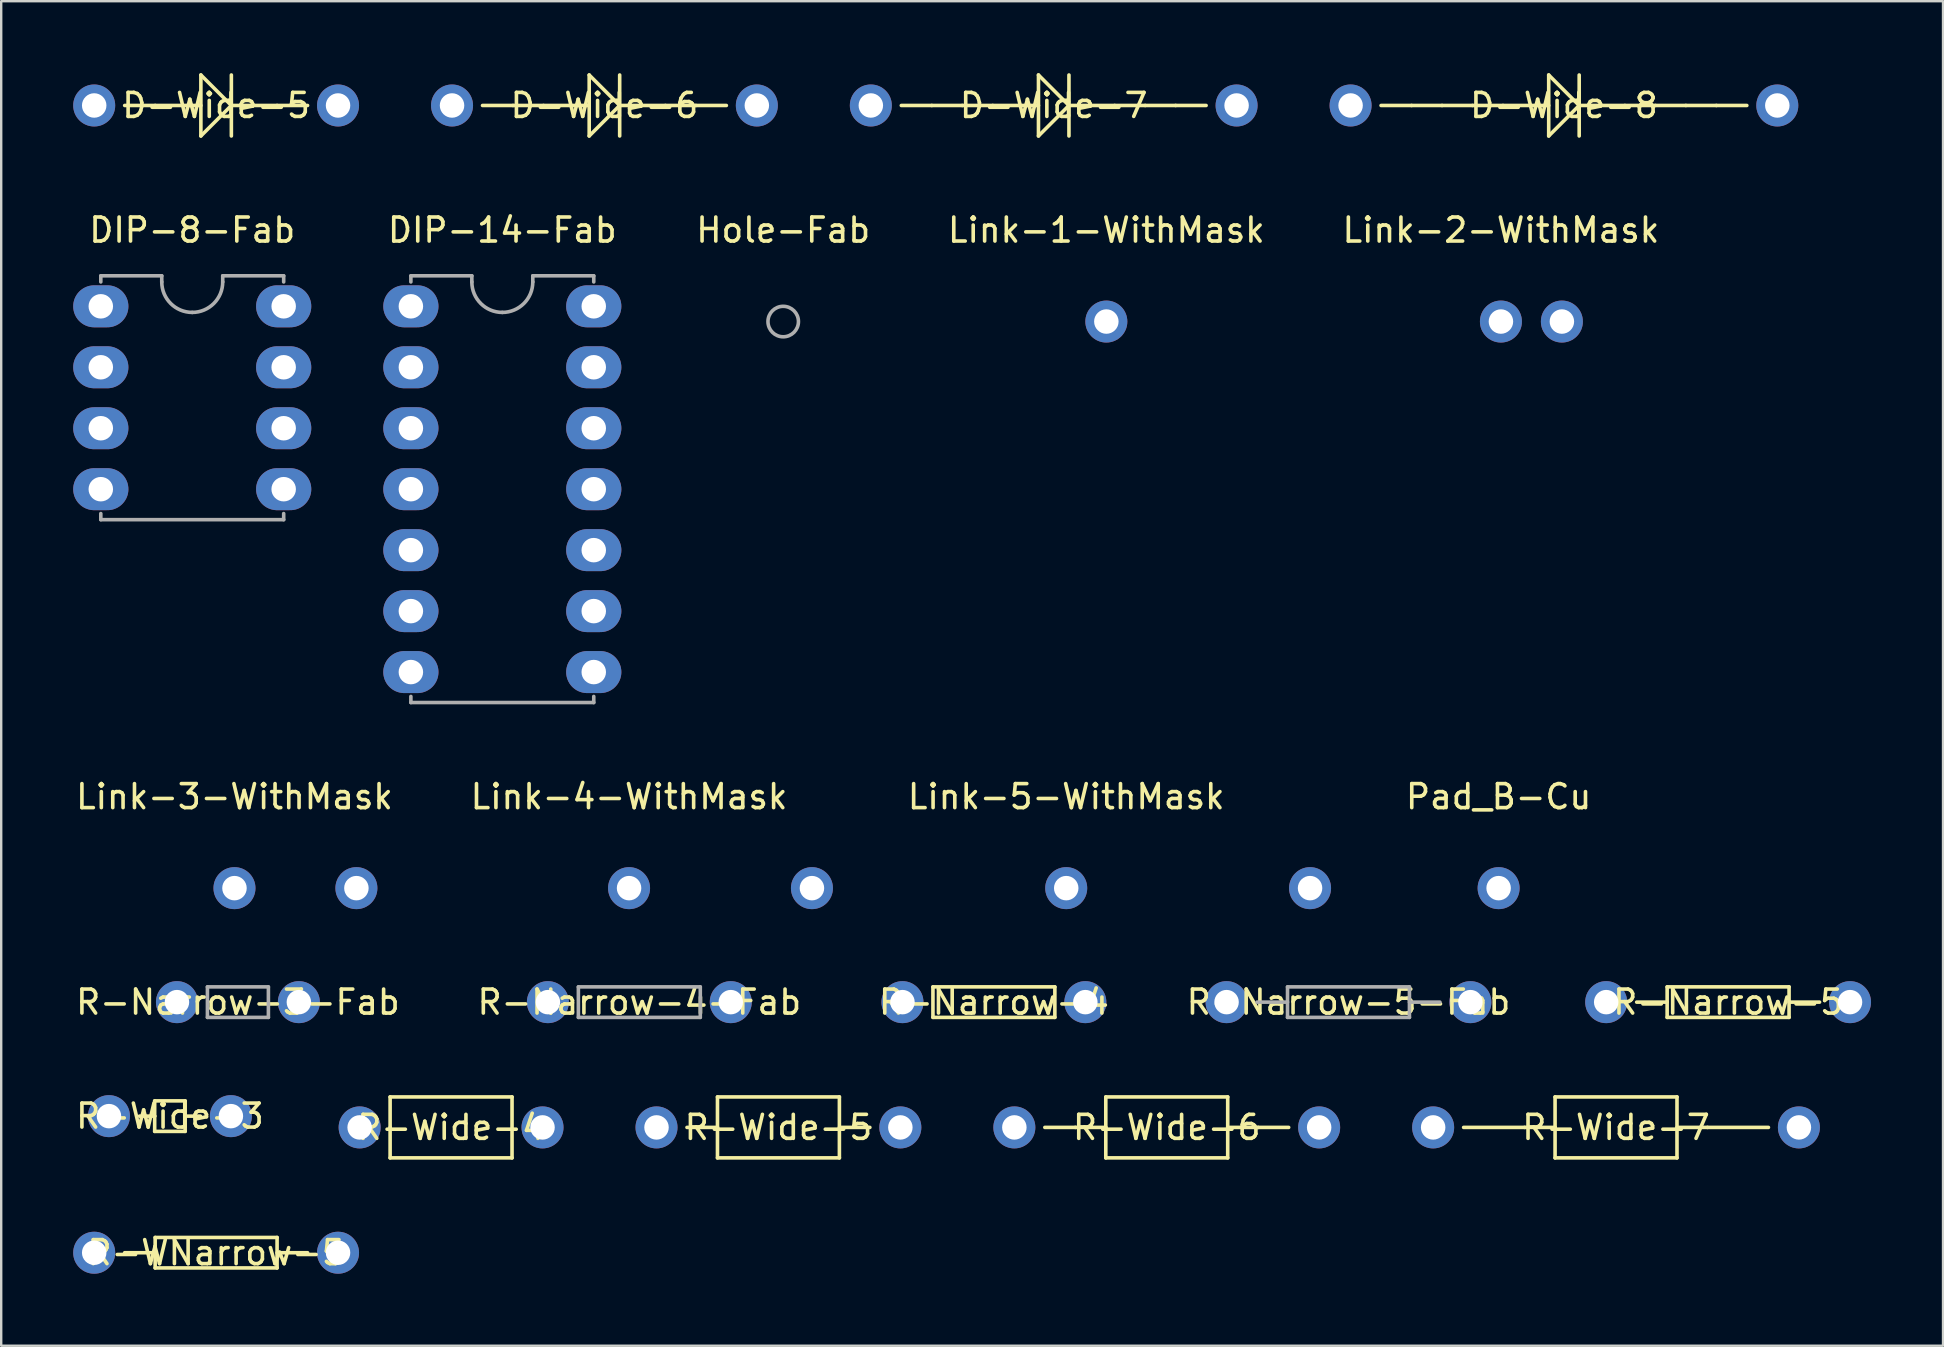
<source format=kicad_pcb>
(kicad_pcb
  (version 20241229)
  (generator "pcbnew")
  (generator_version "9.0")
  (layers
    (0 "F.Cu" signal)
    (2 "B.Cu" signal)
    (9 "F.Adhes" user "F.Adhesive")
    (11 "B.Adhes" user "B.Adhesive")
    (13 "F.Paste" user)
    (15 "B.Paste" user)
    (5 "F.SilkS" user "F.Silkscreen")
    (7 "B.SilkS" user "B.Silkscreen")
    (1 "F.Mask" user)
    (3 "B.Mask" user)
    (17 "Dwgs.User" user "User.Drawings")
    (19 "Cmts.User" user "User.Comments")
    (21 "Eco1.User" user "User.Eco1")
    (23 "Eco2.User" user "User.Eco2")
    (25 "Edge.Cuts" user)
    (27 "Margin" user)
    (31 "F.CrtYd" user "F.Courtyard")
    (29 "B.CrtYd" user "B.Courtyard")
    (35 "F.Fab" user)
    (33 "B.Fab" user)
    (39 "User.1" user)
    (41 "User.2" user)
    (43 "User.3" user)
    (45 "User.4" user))
  (footprint "R-Narrow-5"
    (layer "F.Cu")
    (at 63.875 38.706)
    (property "Reference" "R-Narrow-5" (at 5.08 0 0) (layer "F.SilkS") (effects (font (size 1 1) (thickness 0.15))))
    (attr through_hole)
    (fp_line (start 2.54 -0.635) (end 2.54 0.635) (stroke (width 0.15) (type solid)) (layer "F.SilkS"))
    (fp_line (start 2.54 -0.635) (end 7.62 -0.635) (stroke (width 0.15) (type solid)) (layer "F.SilkS"))
    (fp_line (start 2.54 0) (end 1.27 0) (stroke (width 0.15) (type solid)) (layer "F.SilkS"))
    (fp_line (start 7.62 -0.635) (end 7.62 0.635) (stroke (width 0.15) (type solid)) (layer "F.SilkS"))
    (fp_line (start 7.62 0) (end 8.89 0) (stroke (width 0.15) (type solid)) (layer "F.SilkS"))
    (fp_line (start 7.62 0.635) (end 2.54 0.635) (stroke (width 0.15) (type solid)) (layer "F.SilkS"))
    (pad "1" thru_hole circle (at 0 0) (size 1.75 1.75) (drill 1.02) (layers "B.Cu" "B.Mask"))
    (pad "1" thru_hole circle (at 10.16 0) (size 1.75 1.75) (drill 1.02) (layers "B.Cu" "B.Mask")))
  (footprint "Hole-Fab"
    (layer "F.Cu")
    (at 29.584 10.348)
    (property "Reference" "Hole-Fab" (at 0 -3.81 0) (layer "F.SilkS") (effects (font (size 1 1) (thickness 0.15))))
    (attr through_hole)
    (fp_circle (center 0 0) (end 0.635 0) (stroke (width 0.15) (type solid)) (fill no) (layer "F.Fab")))
  (footprint "R-Narrow-5-Fab"
    (layer "F.Cu")
    (at 48.057 38.706)
    (property "Reference" "R-Narrow-5-Fab" (at 5.08 0 0) (layer "F.SilkS") (effects (font (size 1 1) (thickness 0.15))))
    (attr through_hole)
    (fp_line (start 2.54 -0.635) (end 2.54 0.635) (stroke (width 0.15) (type solid)) (layer "F.Fab"))
    (fp_line (start 2.54 -0.635) (end 7.62 -0.635) (stroke (width 0.15) (type solid)) (layer "F.Fab"))
    (fp_line (start 2.54 0) (end 1.27 0) (stroke (width 0.15) (type solid)) (layer "F.Fab"))
    (fp_line (start 7.62 -0.635) (end 7.62 0.635) (stroke (width 0.15) (type solid)) (layer "F.Fab"))
    (fp_line (start 7.62 0) (end 8.89 0) (stroke (width 0.15) (type solid)) (layer "F.Fab"))
    (fp_line (start 7.62 0.635) (end 2.54 0.635) (stroke (width 0.15) (type solid)) (layer "F.Fab"))
    (pad "1" thru_hole circle (at 0 0) (size 1.75 1.75) (drill 1.02) (layers "B.Cu" "B.Mask"))
    (pad "1" thru_hole circle (at 10.16 0) (size 1.75 1.75) (drill 1.02) (layers "B.Cu" "B.Mask")))
  (footprint "Link-1-WithMask"
    (layer "F.Cu")
    (at 43.048 10.348)
    (property "Reference" "Link-1-WithMask" (at 0 -3.81 0) (layer "F.SilkS") (effects (font (size 1 1) (thickness 0.15))))
    (attr through_hole)
    (pad "1" thru_hole circle (at 0 0) (size 1.75 1.75) (drill 1.02) (layers "*.Cu")))
  (footprint "Pad_B-Cu"
    (layer "F.Cu")
    (at 59.393 33.956)
    (property "Reference" "Pad_B-Cu" (at 0 -3.81 0) (layer "F.SilkS") (effects (font (size 1 1) (thickness 0.15))))
    (attr through_hole)
    (pad "1" thru_hole circle (at 0 0) (size 1.75 1.75) (drill 1.02) (layers "B.Cu" "B.Mask")))
  (footprint "R-Wide-4"
    (layer "F.Cu")
    (at 11.935 43.926)
    (property "Reference" "R-Wide-4" (at 3.81 0 0) (layer "F.SilkS") (effects (font (size 1 1) (thickness 0.15))))
    (attr through_hole)
    (fp_line (start 1.27 -1.27) (end 6.35 -1.27) (stroke (width 0.15) (type solid)) (layer "F.SilkS"))
    (fp_line (start 1.27 0) (end 1.27 -1.27) (stroke (width 0.15) (type solid)) (layer "F.SilkS"))
    (fp_line (start 1.27 1.27) (end 1.27 0) (stroke (width 0.15) (type solid)) (layer "F.SilkS"))
    (fp_line (start 6.35 -1.27) (end 6.35 1.27) (stroke (width 0.15) (type solid)) (layer "F.SilkS"))
    (fp_line (start 6.35 1.27) (end 1.27 1.27) (stroke (width 0.15) (type solid)) (layer "F.SilkS"))
    (pad "1" thru_hole circle (at 0 0) (size 1.75 1.75) (drill 1.02) (layers "B.Cu" "B.Mask"))
    (pad "1" thru_hole circle (at 7.62 0) (size 1.75 1.75) (drill 1.02) (layers "B.Cu" "B.Mask")))
  (footprint "DIP-14-Fab"
    (layer "F.Cu")
    (at 14.07 9.713)
    (property "Reference" "DIP-14-Fab" (at 3.81 -3.175 0) (layer "F.SilkS") (effects (font (size 1 1) (thickness 0.15))))
    (attr through_hole)
    (fp_line (start 0 -1.27) (end 0 -1.016) (stroke (width 0.15) (type solid)) (layer "F.Fab"))
    (fp_line (start 0 16.51) (end 0 16.256) (stroke (width 0.15) (type solid)) (layer "F.Fab"))
    (fp_line (start 0 16.51) (end 7.62 16.51) (stroke (width 0.15) (type solid)) (layer "F.Fab"))
    (fp_line (start 2.54 -1.27) (end 0 -1.27) (stroke (width 0.15) (type solid)) (layer "F.Fab"))
    (fp_line (start 2.54 -1.016) (end 2.54 -1.27) (stroke (width 0.15) (type solid)) (layer "F.Fab"))
    (fp_line (start 5.08 -1.016) (end 5.08 -1.27) (stroke (width 0.15) (type solid)) (layer "F.Fab"))
    (fp_line (start 7.62 -1.27) (end 5.08 -1.27) (stroke (width 0.15) (type solid)) (layer "F.Fab"))
    (fp_line (start 7.62 -1.27) (end 7.62 -1.016) (stroke (width 0.15) (type solid)) (layer "F.Fab"))
    (fp_line (start 7.62 16.51) (end 7.62 16.256) (stroke (width 0.15) (type solid)) (layer "F.Fab"))
    (fp_arc (start 3.81 0.254) (mid 2.911974 -0.117974) (end 2.54 -1.016) (stroke (width 0.15) (type solid)) (layer "F.Fab"))
    (fp_arc (start 5.08 -1.016) (mid 4.708026 -0.117974) (end 3.81 0.254) (stroke (width 0.15) (type solid)) (layer "F.Fab"))
    (pad "1" thru_hole oval (at 0 0) (size 2.3 1.75) (drill 1.02) (layers "B.Cu" "B.Mask"))
    (pad "2" thru_hole oval (at 0 2.54) (size 2.3 1.75) (drill 1.02) (layers "B.Cu" "B.Mask"))
    (pad "3" thru_hole oval (at 0 5.08) (size 2.3 1.75) (drill 1.02) (layers "B.Cu" "B.Mask"))
    (pad "4" thru_hole oval (at 0 7.62) (size 2.3 1.75) (drill 1.02) (layers "B.Cu" "B.Mask"))
    (pad "5" thru_hole oval (at 0 10.16) (size 2.3 1.75) (drill 1.02) (layers "B.Cu" "B.Mask"))
    (pad "6" thru_hole oval (at 0 12.7) (size 2.3 1.75) (drill 1.02) (layers "B.Cu" "B.Mask"))
    (pad "7" thru_hole oval (at 0 15.24) (size 2.3 1.75) (drill 1.02) (layers "B.Cu" "B.Mask"))
    (pad "8" thru_hole oval (at 7.62 15.24) (size 2.3 1.75) (drill 1.02) (layers "B.Cu" "B.Mask"))
    (pad "9" thru_hole oval (at 7.62 12.7) (size 2.3 1.75) (drill 1.02) (layers "B.Cu" "B.Mask"))
    (pad "10" thru_hole oval (at 7.62 10.16) (size 2.3 1.75) (drill 1.02) (layers "B.Cu" "B.Mask"))
    (pad "11" thru_hole oval (at 7.62 7.62) (size 2.3 1.75) (drill 1.02) (layers "B.Cu" "B.Mask"))
    (pad "12" thru_hole oval (at 7.62 5.08) (size 2.3 1.75) (drill 1.02) (layers "B.Cu" "B.Mask"))
    (pad "13" thru_hole oval (at 7.62 2.54) (size 2.3 1.75) (drill 1.02) (layers "B.Cu" "B.Mask"))
    (pad "14" thru_hole oval (at 7.62 0) (size 2.3 1.75) (drill 1.02) (layers "B.Cu" "B.Mask")))
  (footprint "R-Narrow-4-Fab"
    (layer "F.Cu")
    (at 19.779 38.706)
    (property "Reference" "R-Narrow-4-Fab" (at 3.81 0 0) (layer "F.SilkS") (effects (font (size 1 1) (thickness 0.15))))
    (attr through_hole)
    (fp_line (start 1.27 -0.635) (end 1.27 0.635) (stroke (width 0.15) (type solid)) (layer "F.Fab"))
    (fp_line (start 1.27 -0.635) (end 6.35 -0.635) (stroke (width 0.15) (type solid)) (layer "F.Fab"))
    (fp_line (start 6.35 -0.635) (end 6.35 0.635) (stroke (width 0.15) (type solid)) (layer "F.Fab"))
    (fp_line (start 6.35 0.635) (end 1.27 0.635) (stroke (width 0.15) (type solid)) (layer "F.Fab"))
    (pad "1" thru_hole circle (at 0 0) (size 1.75 1.75) (drill 1.02) (layers "B.Cu" "B.Mask"))
    (pad "1" thru_hole circle (at 7.62 0) (size 1.75 1.75) (drill 1.02) (layers "B.Cu" "B.Mask")))
  (footprint "R-Wide-7"
    (layer "F.Cu")
    (at 56.665 43.926)
    (property "Reference" "R-Wide-7" (at 7.62 0 0) (layer "F.SilkS") (effects (font (size 1 1) (thickness 0.15))))
    (attr through_hole)
    (fp_line (start 3.81 0) (end 1.27 0) (stroke (width 0.15) (type solid)) (layer "F.SilkS"))
    (fp_line (start 5.08 -1.27) (end 10.16 -1.27) (stroke (width 0.15) (type solid)) (layer "F.SilkS"))
    (fp_line (start 5.08 0) (end 3.81 0) (stroke (width 0.15) (type solid)) (layer "F.SilkS"))
    (fp_line (start 5.08 0) (end 5.08 -1.27) (stroke (width 0.15) (type solid)) (layer "F.SilkS"))
    (fp_line (start 5.08 1.27) (end 5.08 0) (stroke (width 0.15) (type solid)) (layer "F.SilkS"))
    (fp_line (start 10.16 -1.27) (end 10.16 1.27) (stroke (width 0.15) (type solid)) (layer "F.SilkS"))
    (fp_line (start 10.16 0) (end 11.43 0) (stroke (width 0.15) (type solid)) (layer "F.SilkS"))
    (fp_line (start 10.16 1.27) (end 5.08 1.27) (stroke (width 0.15) (type solid)) (layer "F.SilkS"))
    (fp_line (start 11.43 0) (end 13.97 0) (stroke (width 0.15) (type solid)) (layer "F.SilkS"))
    (pad "1" thru_hole circle (at 0 0) (size 1.75 1.75) (drill 1.02) (layers "B.Cu" "B.Mask"))
    (pad "1" thru_hole circle (at 15.24 0) (size 1.75 1.75) (drill 1.02) (layers "B.Cu" "B.Mask")))
  (footprint "R-Narrow-4"
    (layer "F.Cu")
    (at 34.553 38.706)
    (property "Reference" "R-Narrow-4" (at 3.81 0 0) (layer "F.SilkS") (effects (font (size 1 1) (thickness 0.15))))
    (attr through_hole)
    (fp_line (start 1.27 -0.635) (end 1.27 0.635) (stroke (width 0.15) (type solid)) (layer "F.SilkS"))
    (fp_line (start 1.27 -0.635) (end 6.35 -0.635) (stroke (width 0.15) (type solid)) (layer "F.SilkS"))
    (fp_line (start 6.35 -0.635) (end 6.35 0.635) (stroke (width 0.15) (type solid)) (layer "F.SilkS"))
    (fp_line (start 6.35 0.635) (end 1.27 0.635) (stroke (width 0.15) (type solid)) (layer "F.SilkS"))
    (pad "1" thru_hole circle (at 0 0) (size 1.75 1.75) (drill 1.02) (layers "B.Cu" "B.Mask"))
    (pad "1" thru_hole circle (at 7.62 0) (size 1.75 1.75) (drill 1.02) (layers "B.Cu" "B.Mask")))
  (footprint "R-WNarrow-5"
    (layer "F.Cu")
    (at 0.875 49.147)
    (property "Reference" "R-WNarrow-5" (at 5.08 0 0) (layer "F.SilkS") (effects (font (size 1 1) (thickness 0.15))))
    (attr through_hole)
    (fp_line (start 2.54 -0.635) (end 2.54 0.635) (stroke (width 0.15) (type solid)) (layer "F.SilkS"))
    (fp_line (start 2.54 -0.635) (end 7.62 -0.635) (stroke (width 0.15) (type solid)) (layer "F.SilkS"))
    (fp_line (start 2.54 0) (end 1.27 0) (stroke (width 0.15) (type solid)) (layer "F.SilkS"))
    (fp_line (start 7.62 -0.635) (end 7.62 0.635) (stroke (width 0.15) (type solid)) (layer "F.SilkS"))
    (fp_line (start 7.62 0) (end 8.89 0) (stroke (width 0.15) (type solid)) (layer "F.SilkS"))
    (fp_line (start 7.62 0.635) (end 2.54 0.635) (stroke (width 0.15) (type solid)) (layer "F.SilkS"))
    (pad "1" thru_hole circle (at 0 0) (size 1.75 1.75) (drill 1.02) (layers "B.Cu" "B.Mask"))
    (pad "1" thru_hole circle (at 10.16 0) (size 1.75 1.75) (drill 1.02) (layers "B.Cu" "B.Mask")))
  (footprint "R-Wide-3"
    (layer "F.Cu")
    (at 1.49 43.456)
    (property "Reference" "R-Wide-3" (at 2.54 0 0) (layer "F.SilkS") (effects (font (size 1 1) (thickness 0.15))))
    (attr through_hole)
    (fp_line (start 1.27 0) (end 1.905 0) (stroke (width 0.15) (type solid)) (layer "F.SilkS"))
    (fp_line (start 1.905 -0.635) (end 3.175 -0.635) (stroke (width 0.15) (type solid)) (layer "F.SilkS"))
    (fp_line (start 1.905 0) (end 1.905 -0.635) (stroke (width 0.15) (type solid)) (layer "F.SilkS"))
    (fp_line (start 1.905 0.635) (end 1.905 0) (stroke (width 0.15) (type solid)) (layer "F.SilkS"))
    (fp_line (start 3.175 -0.635) (end 3.175 0) (stroke (width 0.15) (type solid)) (layer "F.SilkS"))
    (fp_line (start 3.175 0) (end 3.175 0.635) (stroke (width 0.15) (type solid)) (layer "F.SilkS"))
    (fp_line (start 3.175 0.635) (end 1.905 0.635) (stroke (width 0.15) (type solid)) (layer "F.SilkS"))
    (fp_line (start 3.81 0) (end 3.175 0) (stroke (width 0.15) (type solid)) (layer "F.SilkS"))
    (pad "1" thru_hole circle (at 0 0) (size 1.75 1.75) (drill 1.02) (layers "B.Cu" "B.Mask"))
    (pad "1" thru_hole circle (at 5.08 0) (size 1.75 1.75) (drill 1.02) (layers "B.Cu" "B.Mask")))
  (footprint "Link-5-WithMask"
    (layer "F.Cu")
    (at 41.376 33.956)
    (property "Reference" "Link-5-WithMask" (at 0 -3.81 0) (layer "F.SilkS") (effects (font (size 1 1) (thickness 0.15))))
    (attr through_hole)
    (pad "1" thru_hole circle (at 0 0) (size 1.75 1.75) (drill 1.02) (layers "*.Cu"))
    (pad "1" thru_hole circle (at 10.16 0) (size 1.75 1.75) (drill 1.02) (layers "*.Cu")))
  (footprint "Link-2-WithMask"
    (layer "F.Cu")
    (at 59.489 10.348)
    (property "Reference" "Link-2-WithMask" (at 0 -3.81 0) (layer "F.SilkS") (effects (font (size 1 1) (thickness 0.15))))
    (attr through_hole)
    (pad "1" thru_hole circle (at 0 0) (size 1.75 1.75) (drill 1.02) (layers "*.Cu"))
    (pad "1" thru_hole circle (at 2.54 0) (size 1.75 1.75) (drill 1.02) (layers "*.Cu")))
  (footprint "Link-4-WithMask"
    (layer "F.Cu")
    (at 23.161 33.956)
    (property "Reference" "Link-4-WithMask" (at 0 -3.81 0) (layer "F.SilkS") (effects (font (size 1 1) (thickness 0.15))))
    (attr through_hole)
    (pad "1" thru_hole circle (at 0 0) (size 1.75 1.75) (drill 1.02) (layers "*.Cu"))
    (pad "1" thru_hole circle (at 7.62 0) (size 1.75 1.75) (drill 1.02) (layers "*.Cu")))
  (footprint "R-Wide-5"
    (layer "F.Cu")
    (at 24.305 43.926)
    (property "Reference" "R-Wide-5" (at 5.08 0 0) (layer "F.SilkS") (effects (font (size 1 1) (thickness 0.15))))
    (attr through_hole)
    (fp_line (start 2.54 -1.27) (end 7.62 -1.27) (stroke (width 0.15) (type solid)) (layer "F.SilkS"))
    (fp_line (start 2.54 0) (end 1.27 0) (stroke (width 0.15) (type solid)) (layer "F.SilkS"))
    (fp_line (start 2.54 0) (end 2.54 -1.27) (stroke (width 0.15) (type solid)) (layer "F.SilkS"))
    (fp_line (start 2.54 1.27) (end 2.54 0) (stroke (width 0.15) (type solid)) (layer "F.SilkS"))
    (fp_line (start 7.62 -1.27) (end 7.62 1.27) (stroke (width 0.15) (type solid)) (layer "F.SilkS"))
    (fp_line (start 7.62 0) (end 8.89 0) (stroke (width 0.15) (type solid)) (layer "F.SilkS"))
    (fp_line (start 7.62 1.27) (end 2.54 1.27) (stroke (width 0.15) (type solid)) (layer "F.SilkS"))
    (pad "1" thru_hole circle (at 0 0) (size 1.75 1.75) (drill 1.02) (layers "B.Cu" "B.Mask"))
    (pad "1" thru_hole circle (at 10.16 0) (size 1.75 1.75) (drill 1.02) (layers "B.Cu" "B.Mask")))
  (footprint "Link-3-WithMask"
    (layer "F.Cu")
    (at 6.72 33.956)
    (property "Reference" "Link-3-WithMask" (at 0 -3.81 0) (layer "F.SilkS") (effects (font (size 1 1) (thickness 0.15))))
    (attr through_hole)
    (pad "1" thru_hole circle (at 0 0) (size 1.75 1.75) (drill 1.02) (layers "*.Cu"))
    (pad "1" thru_hole circle (at 5.08 0) (size 1.75 1.75) (drill 1.02) (layers "*.Cu")))
  (footprint "D-Wide-5"
    (layer "F.Cu")
    (at 0.875 1.345)
    (property "Reference" "D-Wide-5" (at 5.08 0 0) (layer "F.SilkS") (effects (font (size 1 1) (thickness 0.15))))
    (attr through_hole)
    (fp_line (start 2.54 0) (end 1.27 0) (stroke (width 0.15) (type solid)) (layer "F.SilkS"))
    (fp_line (start 4.445 -1.27) (end 4.445 1.27) (stroke (width 0.15) (type solid)) (layer "F.SilkS"))
    (fp_line (start 4.445 0) (end 2.54 0) (stroke (width 0.15) (type solid)) (layer "F.SilkS"))
    (fp_line (start 5.715 -1.27) (end 5.715 1.27) (stroke (width 0.15) (type solid)) (layer "F.SilkS"))
    (fp_line (start 5.715 0) (end 4.445 -1.27) (stroke (width 0.15) (type solid)) (layer "F.SilkS"))
    (fp_line (start 5.715 0) (end 4.445 1.27) (stroke (width 0.15) (type solid)) (layer "F.SilkS"))
    (fp_line (start 5.715 0) (end 7.62 0) (stroke (width 0.15) (type solid)) (layer "F.SilkS"))
    (fp_line (start 8.89 0) (end 7.62 0) (stroke (width 0.15) (type solid)) (layer "F.SilkS"))
    (pad "1" thru_hole circle (at 0 0) (size 1.75 1.75) (drill 1.02) (layers "B.Cu" "B.Mask"))
    (pad "1" thru_hole circle (at 10.16 0) (size 1.75 1.75) (drill 1.02) (layers "B.Cu" "B.Mask")))
  (footprint "D-Wide-7"
    (layer "F.Cu")
    (at 33.235 1.345)
    (property "Reference" "D-Wide-7" (at 7.62 0 0) (layer "F.SilkS") (effects (font (size 1 1) (thickness 0.15))))
    (attr through_hole)
    (fp_line (start 2.54 0) (end 1.27 0) (stroke (width 0.15) (type solid)) (layer "F.SilkS"))
    (fp_line (start 3.81 0) (end 2.54 0) (stroke (width 0.15) (type solid)) (layer "F.SilkS"))
    (fp_line (start 5.08 0) (end 3.81 0) (stroke (width 0.15) (type solid)) (layer "F.SilkS"))
    (fp_line (start 6.985 -1.27) (end 6.985 1.27) (stroke (width 0.15) (type solid)) (layer "F.SilkS"))
    (fp_line (start 6.985 0) (end 5.08 0) (stroke (width 0.15) (type solid)) (layer "F.SilkS"))
    (fp_line (start 8.255 -1.27) (end 8.255 1.27) (stroke (width 0.15) (type solid)) (layer "F.SilkS"))
    (fp_line (start 8.255 0) (end 6.985 -1.27) (stroke (width 0.15) (type solid)) (layer "F.SilkS"))
    (fp_line (start 8.255 0) (end 6.985 1.27) (stroke (width 0.15) (type solid)) (layer "F.SilkS"))
    (fp_line (start 8.255 0) (end 10.16 0) (stroke (width 0.15) (type solid)) (layer "F.SilkS"))
    (fp_line (start 11.43 0) (end 10.16 0) (stroke (width 0.15) (type solid)) (layer "F.SilkS"))
    (fp_line (start 11.43 0) (end 12.7 0) (stroke (width 0.15) (type solid)) (layer "F.SilkS"))
    (fp_line (start 12.7 0) (end 13.97 0) (stroke (width 0.15) (type solid)) (layer "F.SilkS"))
    (pad "1" thru_hole circle (at 0 0) (size 1.75 1.75) (drill 1.02) (layers "B.Cu" "B.Mask"))
    (pad "1" thru_hole circle (at 15.24 0) (size 1.75 1.75) (drill 1.02) (layers "B.Cu" "B.Mask")))
  (footprint "R-Wide-6"
    (layer "F.Cu")
    (at 39.215 43.926)
    (property "Reference" "R-Wide-6" (at 6.35 0 0) (layer "F.SilkS") (effects (font (size 1 1) (thickness 0.15))))
    (attr through_hole)
    (fp_line (start 2.54 0) (end 1.27 0) (stroke (width 0.15) (type solid)) (layer "F.SilkS"))
    (fp_line (start 3.81 -1.27) (end 8.89 -1.27) (stroke (width 0.15) (type solid)) (layer "F.SilkS"))
    (fp_line (start 3.81 0) (end 2.54 0) (stroke (width 0.15) (type solid)) (layer "F.SilkS"))
    (fp_line (start 3.81 0) (end 3.81 -1.27) (stroke (width 0.15) (type solid)) (layer "F.SilkS"))
    (fp_line (start 3.81 1.27) (end 3.81 0) (stroke (width 0.15) (type solid)) (layer "F.SilkS"))
    (fp_line (start 8.89 -1.27) (end 8.89 1.27) (stroke (width 0.15) (type solid)) (layer "F.SilkS"))
    (fp_line (start 8.89 0) (end 10.16 0) (stroke (width 0.15) (type solid)) (layer "F.SilkS"))
    (fp_line (start 8.89 1.27) (end 3.81 1.27) (stroke (width 0.15) (type solid)) (layer "F.SilkS"))
    (fp_line (start 10.16 0) (end 11.43 0) (stroke (width 0.15) (type solid)) (layer "F.SilkS"))
    (pad "1" thru_hole circle (at 0 0) (size 1.75 1.75) (drill 1.02) (layers "B.Cu" "B.Mask"))
    (pad "1" thru_hole circle (at 12.7 0) (size 1.75 1.75) (drill 1.02) (layers "B.Cu" "B.Mask")))
  (footprint "R-Narrow-3-Fab"
    (layer "F.Cu")
    (at 4.323 38.706)
    (property "Reference" "R-Narrow-3-Fab" (at 2.54 0 0) (layer "F.SilkS") (effects (font (size 1 1) (thickness 0.15))))
    (attr through_hole)
    (fp_line (start 1.27 -0.635) (end 1.27 0.635) (stroke (width 0.15) (type solid)) (layer "F.Fab"))
    (fp_line (start 1.27 0.635) (end 3.81 0.635) (stroke (width 0.15) (type solid)) (layer "F.Fab"))
    (fp_line (start 3.81 -0.635) (end 1.27 -0.635) (stroke (width 0.15) (type solid)) (layer "F.Fab"))
    (fp_line (start 3.81 -0.635) (end 3.81 0.635) (stroke (width 0.15) (type solid)) (layer "F.Fab"))
    (pad "1" thru_hole circle (at 0 0) (size 1.75 1.75) (drill 1.02) (layers "B.Cu" "B.Mask"))
    (pad "1" thru_hole circle (at 5.08 0) (size 1.75 1.75) (drill 1.02) (layers "B.Cu" "B.Mask")))
  (footprint "D-Wide-6"
    (layer "F.Cu")
    (at 15.785 1.345)
    (property "Reference" "D-Wide-6" (at 6.35 0 0) (layer "F.SilkS") (effects (font (size 1 1) (thickness 0.15))))
    (attr through_hole)
    (fp_line (start 2.54 0) (end 1.27 0) (stroke (width 0.15) (type solid)) (layer "F.SilkS"))
    (fp_line (start 3.81 0) (end 2.54 0) (stroke (width 0.15) (type solid)) (layer "F.SilkS"))
    (fp_line (start 5.715 -1.27) (end 5.715 1.27) (stroke (width 0.15) (type solid)) (layer "F.SilkS"))
    (fp_line (start 5.715 0) (end 3.81 0) (stroke (width 0.15) (type solid)) (layer "F.SilkS"))
    (fp_line (start 6.985 -1.27) (end 6.985 1.27) (stroke (width 0.15) (type solid)) (layer "F.SilkS"))
    (fp_line (start 6.985 0) (end 5.715 -1.27) (stroke (width 0.15) (type solid)) (layer "F.SilkS"))
    (fp_line (start 6.985 0) (end 5.715 1.27) (stroke (width 0.15) (type solid)) (layer "F.SilkS"))
    (fp_line (start 6.985 0) (end 8.89 0) (stroke (width 0.15) (type solid)) (layer "F.SilkS"))
    (fp_line (start 10.16 0) (end 8.89 0) (stroke (width 0.15) (type solid)) (layer "F.SilkS"))
    (fp_line (start 10.16 0) (end 11.43 0) (stroke (width 0.15) (type solid)) (layer "F.SilkS"))
    (pad "1" thru_hole circle (at 0 0) (size 1.75 1.75) (drill 1.02) (layers "B.Cu" "B.Mask"))
    (pad "1" thru_hole circle (at 12.7 0) (size 1.75 1.75) (drill 1.02) (layers "B.Cu" "B.Mask")))
  (footprint "D-Wide-8"
    (layer "F.Cu")
    (at 53.225 1.345)
    (property "Reference" "D-Wide-8" (at 8.89 0 0) (layer "F.SilkS") (effects (font (size 1 1) (thickness 0.15))))
    (attr through_hole)
    (fp_line (start 2.54 0) (end 1.27 0) (stroke (width 0.15) (type solid)) (layer "F.SilkS"))
    (fp_line (start 3.81 0) (end 2.54 0) (stroke (width 0.15) (type solid)) (layer "F.SilkS"))
    (fp_line (start 5.08 0) (end 3.81 0) (stroke (width 0.15) (type solid)) (layer "F.SilkS"))
    (fp_line (start 6.35 0) (end 5.08 0) (stroke (width 0.15) (type solid)) (layer "F.SilkS"))
    (fp_line (start 8.255 -1.27) (end 8.255 1.27) (stroke (width 0.15) (type solid)) (layer "F.SilkS"))
    (fp_line (start 8.255 0) (end 6.35 0) (stroke (width 0.15) (type solid)) (layer "F.SilkS"))
    (fp_line (start 9.525 -1.27) (end 9.525 1.27) (stroke (width 0.15) (type solid)) (layer "F.SilkS"))
    (fp_line (start 9.525 0) (end 8.255 -1.27) (stroke (width 0.15) (type solid)) (layer "F.SilkS"))
    (fp_line (start 9.525 0) (end 8.255 1.27) (stroke (width 0.15) (type solid)) (layer "F.SilkS"))
    (fp_line (start 9.525 0) (end 11.43 0) (stroke (width 0.15) (type solid)) (layer "F.SilkS"))
    (fp_line (start 12.7 0) (end 11.43 0) (stroke (width 0.15) (type solid)) (layer "F.SilkS"))
    (fp_line (start 12.7 0) (end 13.97 0) (stroke (width 0.15) (type solid)) (layer "F.SilkS"))
    (fp_line (start 13.97 0) (end 15.24 0) (stroke (width 0.15) (type solid)) (layer "F.SilkS"))
    (fp_line (start 15.24 0) (end 16.51 0) (stroke (width 0.15) (type solid)) (layer "F.SilkS"))
    (pad "1" thru_hole circle (at 0 0) (size 1.75 1.75) (drill 1.02) (layers "B.Cu" "B.Mask"))
    (pad "1" thru_hole circle (at 17.78 0) (size 1.75 1.75) (drill 1.02) (layers "B.Cu" "B.Mask")))
  (footprint "DIP-8-Fab"
    (layer "F.Cu")
    (at 1.15 9.713)
    (property "Reference" "DIP-8-Fab" (at 3.81 -3.175 0) (layer "F.SilkS") (effects (font (size 1 1) (thickness 0.15))))
    (attr through_hole)
    (fp_line (start 0 -1.27) (end 0 -1.016) (stroke (width 0.15) (type solid)) (layer "F.Fab"))
    (fp_line (start 0 8.89) (end 0 8.636) (stroke (width 0.15) (type solid)) (layer "F.Fab"))
    (fp_line (start 0 8.89) (end 7.62 8.89) (stroke (width 0.15) (type solid)) (layer "F.Fab"))
    (fp_line (start 2.54 -1.27) (end 0 -1.27) (stroke (width 0.15) (type solid)) (layer "F.Fab"))
    (fp_line (start 2.54 -1.016) (end 2.54 -1.27) (stroke (width 0.15) (type solid)) (layer "F.Fab"))
    (fp_line (start 5.08 -1.016) (end 5.08 -1.27) (stroke (width 0.15) (type solid)) (layer "F.Fab"))
    (fp_line (start 7.62 -1.27) (end 5.08 -1.27) (stroke (width 0.15) (type solid)) (layer "F.Fab"))
    (fp_line (start 7.62 -1.27) (end 7.62 -1.016) (stroke (width 0.15) (type solid)) (layer "F.Fab"))
    (fp_line (start 7.62 8.89) (end 7.62 8.636) (stroke (width 0.15) (type solid)) (layer "F.Fab"))
    (fp_arc (start 3.81 0.254) (mid 2.911974 -0.117974) (end 2.54 -1.016) (stroke (width 0.15) (type solid)) (layer "F.Fab"))
    (fp_arc (start 5.08 -1.016) (mid 4.708026 -0.117974) (end 3.81 0.254) (stroke (width 0.15) (type solid)) (layer "F.Fab"))
    (pad "1" thru_hole oval (at 0 0) (size 2.3 1.75) (drill 1.02) (layers "B.Cu" "B.Mask"))
    (pad "2" thru_hole oval (at 0 2.54) (size 2.3 1.75) (drill 1.02) (layers "B.Cu" "B.Mask"))
    (pad "3" thru_hole oval (at 0 5.08) (size 2.3 1.75) (drill 1.02) (layers "B.Cu" "B.Mask"))
    (pad "4" thru_hole oval (at 0 7.62) (size 2.3 1.75) (drill 1.02) (layers "B.Cu" "B.Mask"))
    (pad "5" thru_hole oval (at 7.62 7.62) (size 2.3 1.75) (drill 1.02) (layers "B.Cu" "B.Mask"))
    (pad "6" thru_hole oval (at 7.62 5.08) (size 2.3 1.75) (drill 1.02) (layers "B.Cu" "B.Mask"))
    (pad "7" thru_hole oval (at 7.62 2.54) (size 2.3 1.75) (drill 1.02) (layers "B.Cu" "B.Mask"))
    (pad "8" thru_hole oval (at 7.62 0) (size 2.3 1.75) (drill 1.02) (layers "B.Cu" "B.Mask")))
  (gr_rect
    (start -3 -3)
    (end 77.91 53.022)
    (stroke (width 0.1) (type default))
    (fill no)
    (layer "Edge.Cuts")))
</source>
